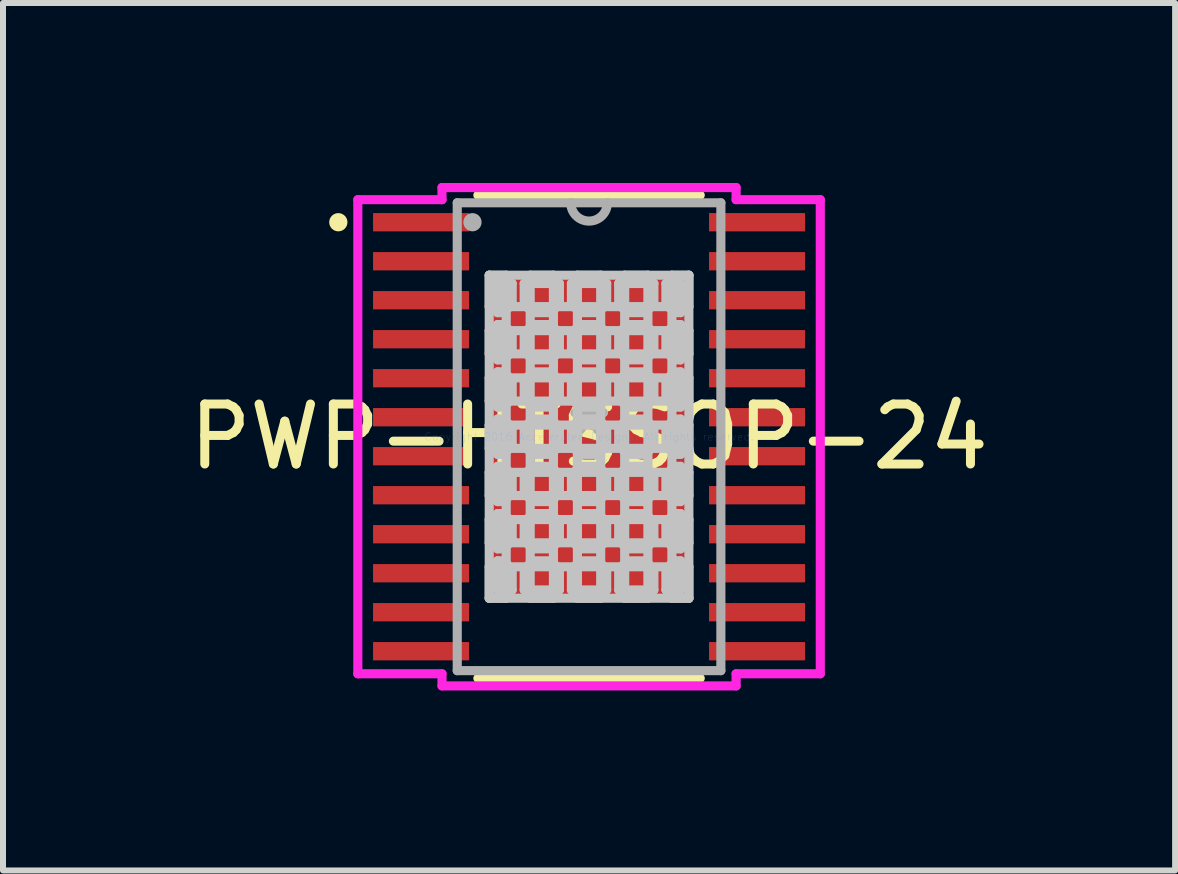
<source format=kicad_pcb>
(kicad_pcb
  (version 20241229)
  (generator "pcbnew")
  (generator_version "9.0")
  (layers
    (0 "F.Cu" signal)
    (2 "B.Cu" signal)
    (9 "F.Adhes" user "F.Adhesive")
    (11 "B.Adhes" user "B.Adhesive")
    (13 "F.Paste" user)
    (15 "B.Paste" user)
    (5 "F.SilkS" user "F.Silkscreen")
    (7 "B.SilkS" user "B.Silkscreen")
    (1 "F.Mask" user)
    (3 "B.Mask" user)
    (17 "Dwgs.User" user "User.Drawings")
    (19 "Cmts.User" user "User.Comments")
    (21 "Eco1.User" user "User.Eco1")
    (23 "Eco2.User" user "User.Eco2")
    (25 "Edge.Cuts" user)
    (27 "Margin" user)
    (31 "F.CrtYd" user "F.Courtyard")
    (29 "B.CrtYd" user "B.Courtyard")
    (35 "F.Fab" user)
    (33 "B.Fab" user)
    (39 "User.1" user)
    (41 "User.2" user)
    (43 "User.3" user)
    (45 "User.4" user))
  (footprint "PWP-HTSSOP-24"
    (layer "F.Cu")
    (at 6.768 4.229)
    (property "Reference" "PWP-HTSSOP-24" (at 0 0 0) (layer "F.SilkS") (effects (font (size 1 1) (thickness 0.15))))
    (attr through_hole)
    (fp_line (start -1.853 4.026) (end 1.853 4.026) (stroke (width 0.152) (type solid)) (layer "F.SilkS"))
    (fp_line (start 1.853 -4.026) (end -1.853 -4.026) (stroke (width 0.152) (type solid)) (layer "F.SilkS"))
    (fp_circle (center -4.179 -3.575) (end -4.103 -3.575) (stroke (width 0.152) (type solid)) (fill no) (layer "F.SilkS"))
    (fp_line (start -1.664 -2.692) (end -1.381 -2.692) (stroke (width 0.152) (type solid)) (layer "Dwgs.User"))
    (fp_line (start -1.664 -2.692) (end 1.664 -2.692) (stroke (width 0.152) (type solid)) (layer "Dwgs.User"))
    (fp_line (start -1.664 -2.168) (end -1.664 -2.692) (stroke (width 0.152) (type solid)) (layer "Dwgs.User"))
    (fp_line (start -1.664 -1.768) (end 1.664 -1.768) (stroke (width 0.152) (type solid)) (layer "Dwgs.User"))
    (fp_line (start -1.664 -1.381) (end -1.664 -1.768) (stroke (width 0.152) (type solid)) (layer "Dwgs.User"))
    (fp_line (start -1.664 -0.981) (end 1.664 -0.981) (stroke (width 0.152) (type solid)) (layer "Dwgs.User"))
    (fp_line (start -1.664 -0.594) (end -1.664 -0.981) (stroke (width 0.152) (type solid)) (layer "Dwgs.User"))
    (fp_line (start -1.664 -0.194) (end 1.664 -0.194) (stroke (width 0.152) (type solid)) (layer "Dwgs.User"))
    (fp_line (start -1.664 0.194) (end -1.664 -0.194) (stroke (width 0.152) (type solid)) (layer "Dwgs.User"))
    (fp_line (start -1.664 0.594) (end 1.664 0.594) (stroke (width 0.152) (type solid)) (layer "Dwgs.User"))
    (fp_line (start -1.664 0.981) (end -1.664 0.594) (stroke (width 0.152) (type solid)) (layer "Dwgs.User"))
    (fp_line (start -1.664 1.381) (end 1.664 1.381) (stroke (width 0.152) (type solid)) (layer "Dwgs.User"))
    (fp_line (start -1.664 1.768) (end -1.664 1.381) (stroke (width 0.152) (type solid)) (layer "Dwgs.User"))
    (fp_line (start -1.664 2.168) (end 1.664 2.168) (stroke (width 0.152) (type solid)) (layer "Dwgs.User"))
    (fp_line (start -1.664 2.692) (end -1.664 -2.692) (stroke (width 0.152) (type solid)) (layer "Dwgs.User"))
    (fp_line (start -1.664 2.692) (end -1.664 2.168) (stroke (width 0.152) (type solid)) (layer "Dwgs.User"))
    (fp_line (start -1.525 -2.554) (end -1.525 -2.068) (stroke (width 0.152) (type solid)) (layer "Dwgs.User"))
    (fp_line (start -1.525 -2.068) (end -1.423 -2.068) (stroke (width 0.152) (type solid)) (layer "Dwgs.User"))
    (fp_line (start -1.525 -1.869) (end -1.525 -1.281) (stroke (width 0.152) (type solid)) (layer "Dwgs.User"))
    (fp_line (start -1.525 -1.281) (end -1.423 -1.281) (stroke (width 0.152) (type solid)) (layer "Dwgs.User"))
    (fp_line (start -1.525 -1.081) (end -1.525 -0.494) (stroke (width 0.152) (type solid)) (layer "Dwgs.User"))
    (fp_line (start -1.525 -0.494) (end -1.423 -0.494) (stroke (width 0.152) (type solid)) (layer "Dwgs.User"))
    (fp_line (start -1.525 -0.294) (end -1.525 0.294) (stroke (width 0.152) (type solid)) (layer "Dwgs.User"))
    (fp_line (start -1.525 0.294) (end -1.423 0.294) (stroke (width 0.152) (type solid)) (layer "Dwgs.User"))
    (fp_line (start -1.525 0.494) (end -1.525 1.081) (stroke (width 0.152) (type solid)) (layer "Dwgs.User"))
    (fp_line (start -1.525 1.081) (end -1.423 1.081) (stroke (width 0.152) (type solid)) (layer "Dwgs.User"))
    (fp_line (start -1.525 1.281) (end -1.525 1.869) (stroke (width 0.152) (type solid)) (layer "Dwgs.User"))
    (fp_line (start -1.525 1.869) (end -1.423 1.869) (stroke (width 0.152) (type solid)) (layer "Dwgs.User"))
    (fp_line (start -1.525 2.068) (end -1.525 2.554) (stroke (width 0.152) (type solid)) (layer "Dwgs.User"))
    (fp_line (start -1.525 2.554) (end -1.281 2.554) (stroke (width 0.152) (type solid)) (layer "Dwgs.User"))
    (fp_line (start -1.423 -2.068) (end -1.423 -2.068) (stroke (width 0.152) (type solid)) (layer "Dwgs.User"))
    (fp_line (start -1.423 -2.068) (end -1.281 -2.21) (stroke (width 0.152) (type solid)) (layer "Dwgs.User"))
    (fp_line (start -1.423 -1.869) (end -1.525 -1.869) (stroke (width 0.152) (type solid)) (layer "Dwgs.User"))
    (fp_line (start -1.423 -1.869) (end -1.423 -1.869) (stroke (width 0.152) (type solid)) (layer "Dwgs.User"))
    (fp_line (start -1.423 -1.281) (end -1.423 -1.281) (stroke (width 0.152) (type solid)) (layer "Dwgs.User"))
    (fp_line (start -1.423 -1.281) (end -1.281 -1.423) (stroke (width 0.152) (type solid)) (layer "Dwgs.User"))
    (fp_line (start -1.423 -1.081) (end -1.525 -1.081) (stroke (width 0.152) (type solid)) (layer "Dwgs.User"))
    (fp_line (start -1.423 -1.081) (end -1.423 -1.081) (stroke (width 0.152) (type solid)) (layer "Dwgs.User"))
    (fp_line (start -1.423 -0.494) (end -1.423 -0.494) (stroke (width 0.152) (type solid)) (layer "Dwgs.User"))
    (fp_line (start -1.423 -0.494) (end -1.281 -0.635) (stroke (width 0.152) (type solid)) (layer "Dwgs.User"))
    (fp_line (start -1.423 -0.294) (end -1.525 -0.294) (stroke (width 0.152) (type solid)) (layer "Dwgs.User"))
    (fp_line (start -1.423 -0.294) (end -1.423 -0.294) (stroke (width 0.152) (type solid)) (layer "Dwgs.User"))
    (fp_line (start -1.423 0.294) (end -1.423 0.294) (stroke (width 0.152) (type solid)) (layer "Dwgs.User"))
    (fp_line (start -1.423 0.294) (end -1.281 0.152) (stroke (width 0.152) (type solid)) (layer "Dwgs.User"))
    (fp_line (start -1.423 0.494) (end -1.525 0.494) (stroke (width 0.152) (type solid)) (layer "Dwgs.User"))
    (fp_line (start -1.423 0.494) (end -1.423 0.494) (stroke (width 0.152) (type solid)) (layer "Dwgs.User"))
    (fp_line (start -1.423 1.081) (end -1.423 1.081) (stroke (width 0.152) (type solid)) (layer "Dwgs.User"))
    (fp_line (start -1.423 1.081) (end -1.281 0.94) (stroke (width 0.152) (type solid)) (layer "Dwgs.User"))
    (fp_line (start -1.423 1.281) (end -1.525 1.281) (stroke (width 0.152) (type solid)) (layer "Dwgs.User"))
    (fp_line (start -1.423 1.281) (end -1.423 1.281) (stroke (width 0.152) (type solid)) (layer "Dwgs.User"))
    (fp_line (start -1.423 1.869) (end -1.423 1.869) (stroke (width 0.152) (type solid)) (layer "Dwgs.User"))
    (fp_line (start -1.423 1.869) (end -1.281 1.727) (stroke (width 0.152) (type solid)) (layer "Dwgs.User"))
    (fp_line (start -1.423 2.068) (end -1.525 2.068) (stroke (width 0.152) (type solid)) (layer "Dwgs.User"))
    (fp_line (start -1.423 2.068) (end -1.423 2.068) (stroke (width 0.152) (type solid)) (layer "Dwgs.User"))
    (fp_line (start -1.381 -2.692) (end -1.381 2.692) (stroke (width 0.152) (type solid)) (layer "Dwgs.User"))
    (fp_line (start -1.381 2.692) (end -1.664 2.692) (stroke (width 0.152) (type solid)) (layer "Dwgs.User"))
    (fp_line (start -1.281 -2.554) (end -1.525 -2.554) (stroke (width 0.152) (type solid)) (layer "Dwgs.User"))
    (fp_line (start -1.281 -2.21) (end -1.281 -2.554) (stroke (width 0.152) (type solid)) (layer "Dwgs.User"))
    (fp_line (start -1.281 -2.21) (end -1.281 -2.21) (stroke (width 0.152) (type solid)) (layer "Dwgs.User"))
    (fp_line (start -1.281 -1.727) (end -1.423 -1.869) (stroke (width 0.152) (type solid)) (layer "Dwgs.User"))
    (fp_line (start -1.281 -1.727) (end -1.281 -1.727) (stroke (width 0.152) (type solid)) (layer "Dwgs.User"))
    (fp_line (start -1.281 -1.423) (end -1.281 -1.727) (stroke (width 0.152) (type solid)) (layer "Dwgs.User"))
    (fp_line (start -1.281 -1.423) (end -1.281 -1.423) (stroke (width 0.152) (type solid)) (layer "Dwgs.User"))
    (fp_line (start -1.281 -0.94) (end -1.423 -1.081) (stroke (width 0.152) (type solid)) (layer "Dwgs.User"))
    (fp_line (start -1.281 -0.94) (end -1.281 -0.94) (stroke (width 0.152) (type solid)) (layer "Dwgs.User"))
    (fp_line (start -1.281 -0.635) (end -1.281 -0.94) (stroke (width 0.152) (type solid)) (layer "Dwgs.User"))
    (fp_line (start -1.281 -0.635) (end -1.281 -0.635) (stroke (width 0.152) (type solid)) (layer "Dwgs.User"))
    (fp_line (start -1.281 -0.152) (end -1.423 -0.294) (stroke (width 0.152) (type solid)) (layer "Dwgs.User"))
    (fp_line (start -1.281 -0.152) (end -1.281 -0.152) (stroke (width 0.152) (type solid)) (layer "Dwgs.User"))
    (fp_line (start -1.281 0.152) (end -1.281 -0.152) (stroke (width 0.152) (type solid)) (layer "Dwgs.User"))
    (fp_line (start -1.281 0.152) (end -1.281 0.152) (stroke (width 0.152) (type solid)) (layer "Dwgs.User"))
    (fp_line (start -1.281 0.635) (end -1.423 0.494) (stroke (width 0.152) (type solid)) (layer "Dwgs.User"))
    (fp_line (start -1.281 0.635) (end -1.281 0.635) (stroke (width 0.152) (type solid)) (layer "Dwgs.User"))
    (fp_line (start -1.281 0.94) (end -1.281 0.635) (stroke (width 0.152) (type solid)) (layer "Dwgs.User"))
    (fp_line (start -1.281 0.94) (end -1.281 0.94) (stroke (width 0.152) (type solid)) (layer "Dwgs.User"))
    (fp_line (start -1.281 1.423) (end -1.423 1.281) (stroke (width 0.152) (type solid)) (layer "Dwgs.User"))
    (fp_line (start -1.281 1.423) (end -1.281 1.423) (stroke (width 0.152) (type solid)) (layer "Dwgs.User"))
    (fp_line (start -1.281 1.727) (end -1.281 1.423) (stroke (width 0.152) (type solid)) (layer "Dwgs.User"))
    (fp_line (start -1.281 1.727) (end -1.281 1.727) (stroke (width 0.152) (type solid)) (layer "Dwgs.User"))
    (fp_line (start -1.281 2.21) (end -1.423 2.068) (stroke (width 0.152) (type solid)) (layer "Dwgs.User"))
    (fp_line (start -1.281 2.21) (end -1.281 2.21) (stroke (width 0.152) (type solid)) (layer "Dwgs.User"))
    (fp_line (start -1.281 2.554) (end -1.281 2.21) (stroke (width 0.152) (type solid)) (layer "Dwgs.User"))
    (fp_line (start -1.081 -2.554) (end -1.081 -2.21) (stroke (width 0.152) (type solid)) (layer "Dwgs.User"))
    (fp_line (start -1.081 -2.21) (end -1.081 -2.21) (stroke (width 0.152) (type solid)) (layer "Dwgs.User"))
    (fp_line (start -1.081 -2.21) (end -0.94 -2.068) (stroke (width 0.152) (type solid)) (layer "Dwgs.User"))
    (fp_line (start -1.081 -1.727) (end -1.081 -1.727) (stroke (width 0.152) (type solid)) (layer "Dwgs.User"))
    (fp_line (start -1.081 -1.727) (end -1.081 -1.423) (stroke (width 0.152) (type solid)) (layer "Dwgs.User"))
    (fp_line (start -1.081 -1.423) (end -1.081 -1.423) (stroke (width 0.152) (type solid)) (layer "Dwgs.User"))
    (fp_line (start -1.081 -1.423) (end -0.94 -1.281) (stroke (width 0.152) (type solid)) (layer "Dwgs.User"))
    (fp_line (start -1.081 -0.94) (end -1.081 -0.94) (stroke (width 0.152) (type solid)) (layer "Dwgs.User"))
    (fp_line (start -1.081 -0.94) (end -1.081 -0.635) (stroke (width 0.152) (type solid)) (layer "Dwgs.User"))
    (fp_line (start -1.081 -0.635) (end -1.081 -0.635) (stroke (width 0.152) (type solid)) (layer "Dwgs.User"))
    (fp_line (start -1.081 -0.635) (end -0.94 -0.494) (stroke (width 0.152) (type solid)) (layer "Dwgs.User"))
    (fp_line (start -1.081 -0.152) (end -1.081 -0.152) (stroke (width 0.152) (type solid)) (layer "Dwgs.User"))
    (fp_line (start -1.081 -0.152) (end -1.081 0.152) (stroke (width 0.152) (type solid)) (layer "Dwgs.User"))
    (fp_line (start -1.081 0.152) (end -1.081 0.152) (stroke (width 0.152) (type solid)) (layer "Dwgs.User"))
    (fp_line (start -1.081 0.152) (end -0.94 0.294) (stroke (width 0.152) (type solid)) (layer "Dwgs.User"))
    (fp_line (start -1.081 0.635) (end -1.081 0.635) (stroke (width 0.152) (type solid)) (layer "Dwgs.User"))
    (fp_line (start -1.081 0.635) (end -1.081 0.94) (stroke (width 0.152) (type solid)) (layer "Dwgs.User"))
    (fp_line (start -1.081 0.94) (end -1.081 0.94) (stroke (width 0.152) (type solid)) (layer "Dwgs.User"))
    (fp_line (start -1.081 0.94) (end -0.94 1.081) (stroke (width 0.152) (type solid)) (layer "Dwgs.User"))
    (fp_line (start -1.081 1.423) (end -1.081 1.423) (stroke (width 0.152) (type solid)) (layer "Dwgs.User"))
    (fp_line (start -1.081 1.423) (end -1.081 1.727) (stroke (width 0.152) (type solid)) (layer "Dwgs.User"))
    (fp_line (start -1.081 1.727) (end -1.081 1.727) (stroke (width 0.152) (type solid)) (layer "Dwgs.User"))
    (fp_line (start -1.081 1.727) (end -0.94 1.869) (stroke (width 0.152) (type solid)) (layer "Dwgs.User"))
    (fp_line (start -1.081 2.21) (end -1.081 2.21) (stroke (width 0.152) (type solid)) (layer "Dwgs.User"))
    (fp_line (start -1.081 2.21) (end -1.081 2.554) (stroke (width 0.152) (type solid)) (layer "Dwgs.User"))
    (fp_line (start -1.081 2.554) (end -0.494 2.554) (stroke (width 0.152) (type solid)) (layer "Dwgs.User"))
    (fp_line (start -0.981 -2.692) (end -0.981 2.692) (stroke (width 0.152) (type solid)) (layer "Dwgs.User"))
    (fp_line (start -0.981 2.692) (end -0.594 2.692) (stroke (width 0.152) (type solid)) (layer "Dwgs.User"))
    (fp_line (start -0.94 -2.068) (end -0.94 -2.068) (stroke (width 0.152) (type solid)) (layer "Dwgs.User"))
    (fp_line (start -0.94 -2.068) (end -0.635 -2.068) (stroke (width 0.152) (type solid)) (layer "Dwgs.User"))
    (fp_line (start -0.94 -1.869) (end -1.081 -1.727) (stroke (width 0.152) (type solid)) (layer "Dwgs.User"))
    (fp_line (start -0.94 -1.869) (end -0.94 -1.869) (stroke (width 0.152) (type solid)) (layer "Dwgs.User"))
    (fp_line (start -0.94 -1.281) (end -0.94 -1.281) (stroke (width 0.152) (type solid)) (layer "Dwgs.User"))
    (fp_line (start -0.94 -1.281) (end -0.635 -1.281) (stroke (width 0.152) (type solid)) (layer "Dwgs.User"))
    (fp_line (start -0.94 -1.081) (end -1.081 -0.94) (stroke (width 0.152) (type solid)) (layer "Dwgs.User"))
    (fp_line (start -0.94 -1.081) (end -0.94 -1.081) (stroke (width 0.152) (type solid)) (layer "Dwgs.User"))
    (fp_line (start -0.94 -0.494) (end -0.94 -0.494) (stroke (width 0.152) (type solid)) (layer "Dwgs.User"))
    (fp_line (start -0.94 -0.494) (end -0.635 -0.494) (stroke (width 0.152) (type solid)) (layer "Dwgs.User"))
    (fp_line (start -0.94 -0.294) (end -1.081 -0.152) (stroke (width 0.152) (type solid)) (layer "Dwgs.User"))
    (fp_line (start -0.94 -0.294) (end -0.94 -0.294) (stroke (width 0.152) (type solid)) (layer "Dwgs.User"))
    (fp_line (start -0.94 0.294) (end -0.94 0.294) (stroke (width 0.152) (type solid)) (layer "Dwgs.User"))
    (fp_line (start -0.94 0.294) (end -0.635 0.294) (stroke (width 0.152) (type solid)) (layer "Dwgs.User"))
    (fp_line (start -0.94 0.494) (end -1.081 0.635) (stroke (width 0.152) (type solid)) (layer "Dwgs.User"))
    (fp_line (start -0.94 0.494) (end -0.94 0.494) (stroke (width 0.152) (type solid)) (layer "Dwgs.User"))
    (fp_line (start -0.94 1.081) (end -0.94 1.081) (stroke (width 0.152) (type solid)) (layer "Dwgs.User"))
    (fp_line (start -0.94 1.081) (end -0.635 1.081) (stroke (width 0.152) (type solid)) (layer "Dwgs.User"))
    (fp_line (start -0.94 1.281) (end -1.081 1.423) (stroke (width 0.152) (type solid)) (layer "Dwgs.User"))
    (fp_line (start -0.94 1.281) (end -0.94 1.281) (stroke (width 0.152) (type solid)) (layer "Dwgs.User"))
    (fp_line (start -0.94 1.869) (end -0.94 1.869) (stroke (width 0.152) (type solid)) (layer "Dwgs.User"))
    (fp_line (start -0.94 1.869) (end -0.635 1.869) (stroke (width 0.152) (type solid)) (layer "Dwgs.User"))
    (fp_line (start -0.94 2.068) (end -1.081 2.21) (stroke (width 0.152) (type solid)) (layer "Dwgs.User"))
    (fp_line (start -0.94 2.068) (end -0.94 2.068) (stroke (width 0.152) (type solid)) (layer "Dwgs.User"))
    (fp_line (start -0.635 -2.068) (end -0.635 -2.068) (stroke (width 0.152) (type solid)) (layer "Dwgs.User"))
    (fp_line (start -0.635 -2.068) (end -0.494 -2.21) (stroke (width 0.152) (type solid)) (layer "Dwgs.User"))
    (fp_line (start -0.635 -1.869) (end -0.94 -1.869) (stroke (width 0.152) (type solid)) (layer "Dwgs.User"))
    (fp_line (start -0.635 -1.869) (end -0.635 -1.869) (stroke (width 0.152) (type solid)) (layer "Dwgs.User"))
    (fp_line (start -0.635 -1.281) (end -0.635 -1.281) (stroke (width 0.152) (type solid)) (layer "Dwgs.User"))
    (fp_line (start -0.635 -1.281) (end -0.494 -1.423) (stroke (width 0.152) (type solid)) (layer "Dwgs.User"))
    (fp_line (start -0.635 -1.081) (end -0.94 -1.081) (stroke (width 0.152) (type solid)) (layer "Dwgs.User"))
    (fp_line (start -0.635 -1.081) (end -0.635 -1.081) (stroke (width 0.152) (type solid)) (layer "Dwgs.User"))
    (fp_line (start -0.635 -0.494) (end -0.635 -0.494) (stroke (width 0.152) (type solid)) (layer "Dwgs.User"))
    (fp_line (start -0.635 -0.494) (end -0.494 -0.635) (stroke (width 0.152) (type solid)) (layer "Dwgs.User"))
    (fp_line (start -0.635 -0.294) (end -0.94 -0.294) (stroke (width 0.152) (type solid)) (layer "Dwgs.User"))
    (fp_line (start -0.635 -0.294) (end -0.635 -0.294) (stroke (width 0.152) (type solid)) (layer "Dwgs.User"))
    (fp_line (start -0.635 0.294) (end -0.635 0.294) (stroke (width 0.152) (type solid)) (layer "Dwgs.User"))
    (fp_line (start -0.635 0.294) (end -0.494 0.152) (stroke (width 0.152) (type solid)) (layer "Dwgs.User"))
    (fp_line (start -0.635 0.494) (end -0.94 0.494) (stroke (width 0.152) (type solid)) (layer "Dwgs.User"))
    (fp_line (start -0.635 0.494) (end -0.635 0.494) (stroke (width 0.152) (type solid)) (layer "Dwgs.User"))
    (fp_line (start -0.635 1.081) (end -0.635 1.081) (stroke (width 0.152) (type solid)) (layer "Dwgs.User"))
    (fp_line (start -0.635 1.081) (end -0.494 0.94) (stroke (width 0.152) (type solid)) (layer "Dwgs.User"))
    (fp_line (start -0.635 1.281) (end -0.94 1.281) (stroke (width 0.152) (type solid)) (layer "Dwgs.User"))
    (fp_line (start -0.635 1.281) (end -0.635 1.281) (stroke (width 0.152) (type solid)) (layer "Dwgs.User"))
    (fp_line (start -0.635 1.869) (end -0.635 1.869) (stroke (width 0.152) (type solid)) (layer "Dwgs.User"))
    (fp_line (start -0.635 1.869) (end -0.494 1.727) (stroke (width 0.152) (type solid)) (layer "Dwgs.User"))
    (fp_line (start -0.635 2.068) (end -0.94 2.068) (stroke (width 0.152) (type solid)) (layer "Dwgs.User"))
    (fp_line (start -0.635 2.068) (end -0.635 2.068) (stroke (width 0.152) (type solid)) (layer "Dwgs.User"))
    (fp_line (start -0.594 -2.692) (end -0.981 -2.692) (stroke (width 0.152) (type solid)) (layer "Dwgs.User"))
    (fp_line (start -0.594 2.692) (end -0.594 -2.692) (stroke (width 0.152) (type solid)) (layer "Dwgs.User"))
    (fp_line (start -0.494 -2.554) (end -1.081 -2.554) (stroke (width 0.152) (type solid)) (layer "Dwgs.User"))
    (fp_line (start -0.494 -2.21) (end -0.494 -2.554) (stroke (width 0.152) (type solid)) (layer "Dwgs.User"))
    (fp_line (start -0.494 -2.21) (end -0.494 -2.21) (stroke (width 0.152) (type solid)) (layer "Dwgs.User"))
    (fp_line (start -0.494 -1.727) (end -0.635 -1.869) (stroke (width 0.152) (type solid)) (layer "Dwgs.User"))
    (fp_line (start -0.494 -1.727) (end -0.494 -1.727) (stroke (width 0.152) (type solid)) (layer "Dwgs.User"))
    (fp_line (start -0.494 -1.423) (end -0.494 -1.727) (stroke (width 0.152) (type solid)) (layer "Dwgs.User"))
    (fp_line (start -0.494 -1.423) (end -0.494 -1.423) (stroke (width 0.152) (type solid)) (layer "Dwgs.User"))
    (fp_line (start -0.494 -0.94) (end -0.635 -1.081) (stroke (width 0.152) (type solid)) (layer "Dwgs.User"))
    (fp_line (start -0.494 -0.94) (end -0.494 -0.94) (stroke (width 0.152) (type solid)) (layer "Dwgs.User"))
    (fp_line (start -0.494 -0.635) (end -0.494 -0.94) (stroke (width 0.152) (type solid)) (layer "Dwgs.User"))
    (fp_line (start -0.494 -0.635) (end -0.494 -0.635) (stroke (width 0.152) (type solid)) (layer "Dwgs.User"))
    (fp_line (start -0.494 -0.152) (end -0.635 -0.294) (stroke (width 0.152) (type solid)) (layer "Dwgs.User"))
    (fp_line (start -0.494 -0.152) (end -0.494 -0.152) (stroke (width 0.152) (type solid)) (layer "Dwgs.User"))
    (fp_line (start -0.494 0.152) (end -0.494 -0.152) (stroke (width 0.152) (type solid)) (layer "Dwgs.User"))
    (fp_line (start -0.494 0.152) (end -0.494 0.152) (stroke (width 0.152) (type solid)) (layer "Dwgs.User"))
    (fp_line (start -0.494 0.635) (end -0.635 0.494) (stroke (width 0.152) (type solid)) (layer "Dwgs.User"))
    (fp_line (start -0.494 0.635) (end -0.494 0.635) (stroke (width 0.152) (type solid)) (layer "Dwgs.User"))
    (fp_line (start -0.494 0.94) (end -0.494 0.635) (stroke (width 0.152) (type solid)) (layer "Dwgs.User"))
    (fp_line (start -0.494 0.94) (end -0.494 0.94) (stroke (width 0.152) (type solid)) (layer "Dwgs.User"))
    (fp_line (start -0.494 1.423) (end -0.635 1.281) (stroke (width 0.152) (type solid)) (layer "Dwgs.User"))
    (fp_line (start -0.494 1.423) (end -0.494 1.423) (stroke (width 0.152) (type solid)) (layer "Dwgs.User"))
    (fp_line (start -0.494 1.727) (end -0.494 1.423) (stroke (width 0.152) (type solid)) (layer "Dwgs.User"))
    (fp_line (start -0.494 1.727) (end -0.494 1.727) (stroke (width 0.152) (type solid)) (layer "Dwgs.User"))
    (fp_line (start -0.494 2.21) (end -0.635 2.068) (stroke (width 0.152) (type solid)) (layer "Dwgs.User"))
    (fp_line (start -0.494 2.21) (end -0.494 2.21) (stroke (width 0.152) (type solid)) (layer "Dwgs.User"))
    (fp_line (start -0.494 2.554) (end -0.494 2.21) (stroke (width 0.152) (type solid)) (layer "Dwgs.User"))
    (fp_line (start -0.294 -2.554) (end -0.294 -2.21) (stroke (width 0.152) (type solid)) (layer "Dwgs.User"))
    (fp_line (start -0.294 -2.21) (end -0.294 -2.21) (stroke (width 0.152) (type solid)) (layer "Dwgs.User"))
    (fp_line (start -0.294 -2.21) (end -0.152 -2.068) (stroke (width 0.152) (type solid)) (layer "Dwgs.User"))
    (fp_line (start -0.294 -1.727) (end -0.294 -1.727) (stroke (width 0.152) (type solid)) (layer "Dwgs.User"))
    (fp_line (start -0.294 -1.727) (end -0.294 -1.423) (stroke (width 0.152) (type solid)) (layer "Dwgs.User"))
    (fp_line (start -0.294 -1.423) (end -0.294 -1.423) (stroke (width 0.152) (type solid)) (layer "Dwgs.User"))
    (fp_line (start -0.294 -1.423) (end -0.152 -1.281) (stroke (width 0.152) (type solid)) (layer "Dwgs.User"))
    (fp_line (start -0.294 -0.94) (end -0.294 -0.94) (stroke (width 0.152) (type solid)) (layer "Dwgs.User"))
    (fp_line (start -0.294 -0.94) (end -0.294 -0.635) (stroke (width 0.152) (type solid)) (layer "Dwgs.User"))
    (fp_line (start -0.294 -0.635) (end -0.294 -0.635) (stroke (width 0.152) (type solid)) (layer "Dwgs.User"))
    (fp_line (start -0.294 -0.635) (end -0.152 -0.494) (stroke (width 0.152) (type solid)) (layer "Dwgs.User"))
    (fp_line (start -0.294 -0.152) (end -0.294 -0.152) (stroke (width 0.152) (type solid)) (layer "Dwgs.User"))
    (fp_line (start -0.294 -0.152) (end -0.294 0.152) (stroke (width 0.152) (type solid)) (layer "Dwgs.User"))
    (fp_line (start -0.294 0.152) (end -0.294 0.152) (stroke (width 0.152) (type solid)) (layer "Dwgs.User"))
    (fp_line (start -0.294 0.152) (end -0.152 0.294) (stroke (width 0.152) (type solid)) (layer "Dwgs.User"))
    (fp_line (start -0.294 0.635) (end -0.294 0.635) (stroke (width 0.152) (type solid)) (layer "Dwgs.User"))
    (fp_line (start -0.294 0.635) (end -0.294 0.94) (stroke (width 0.152) (type solid)) (layer "Dwgs.User"))
    (fp_line (start -0.294 0.94) (end -0.294 0.94) (stroke (width 0.152) (type solid)) (layer "Dwgs.User"))
    (fp_line (start -0.294 0.94) (end -0.152 1.081) (stroke (width 0.152) (type solid)) (layer "Dwgs.User"))
    (fp_line (start -0.294 1.423) (end -0.294 1.423) (stroke (width 0.152) (type solid)) (layer "Dwgs.User"))
    (fp_line (start -0.294 1.423) (end -0.294 1.727) (stroke (width 0.152) (type solid)) (layer "Dwgs.User"))
    (fp_line (start -0.294 1.727) (end -0.294 1.727) (stroke (width 0.152) (type solid)) (layer "Dwgs.User"))
    (fp_line (start -0.294 1.727) (end -0.152 1.869) (stroke (width 0.152) (type solid)) (layer "Dwgs.User"))
    (fp_line (start -0.294 2.21) (end -0.294 2.21) (stroke (width 0.152) (type solid)) (layer "Dwgs.User"))
    (fp_line (start -0.294 2.21) (end -0.294 2.554) (stroke (width 0.152) (type solid)) (layer "Dwgs.User"))
    (fp_line (start -0.294 2.554) (end 0.294 2.554) (stroke (width 0.152) (type solid)) (layer "Dwgs.User"))
    (fp_line (start -0.194 -2.692) (end -0.194 2.692) (stroke (width 0.152) (type solid)) (layer "Dwgs.User"))
    (fp_line (start -0.194 2.692) (end 0.194 2.692) (stroke (width 0.152) (type solid)) (layer "Dwgs.User"))
    (fp_line (start -0.152 -2.068) (end -0.152 -2.068) (stroke (width 0.152) (type solid)) (layer "Dwgs.User"))
    (fp_line (start -0.152 -2.068) (end 0.152 -2.068) (stroke (width 0.152) (type solid)) (layer "Dwgs.User"))
    (fp_line (start -0.152 -1.869) (end -0.294 -1.727) (stroke (width 0.152) (type solid)) (layer "Dwgs.User"))
    (fp_line (start -0.152 -1.869) (end -0.152 -1.869) (stroke (width 0.152) (type solid)) (layer "Dwgs.User"))
    (fp_line (start -0.152 -1.281) (end -0.152 -1.281) (stroke (width 0.152) (type solid)) (layer "Dwgs.User"))
    (fp_line (start -0.152 -1.281) (end 0.152 -1.281) (stroke (width 0.152) (type solid)) (layer "Dwgs.User"))
    (fp_line (start -0.152 -1.081) (end -0.294 -0.94) (stroke (width 0.152) (type solid)) (layer "Dwgs.User"))
    (fp_line (start -0.152 -1.081) (end -0.152 -1.081) (stroke (width 0.152) (type solid)) (layer "Dwgs.User"))
    (fp_line (start -0.152 -0.494) (end -0.152 -0.494) (stroke (width 0.152) (type solid)) (layer "Dwgs.User"))
    (fp_line (start -0.152 -0.494) (end 0.152 -0.494) (stroke (width 0.152) (type solid)) (layer "Dwgs.User"))
    (fp_line (start -0.152 -0.294) (end -0.294 -0.152) (stroke (width 0.152) (type solid)) (layer "Dwgs.User"))
    (fp_line (start -0.152 -0.294) (end -0.152 -0.294) (stroke (width 0.152) (type solid)) (layer "Dwgs.User"))
    (fp_line (start -0.152 0.294) (end -0.152 0.294) (stroke (width 0.152) (type solid)) (layer "Dwgs.User"))
    (fp_line (start -0.152 0.294) (end 0.152 0.294) (stroke (width 0.152) (type solid)) (layer "Dwgs.User"))
    (fp_line (start -0.152 0.494) (end -0.294 0.635) (stroke (width 0.152) (type solid)) (layer "Dwgs.User"))
    (fp_line (start -0.152 0.494) (end -0.152 0.494) (stroke (width 0.152) (type solid)) (layer "Dwgs.User"))
    (fp_line (start -0.152 1.081) (end -0.152 1.081) (stroke (width 0.152) (type solid)) (layer "Dwgs.User"))
    (fp_line (start -0.152 1.081) (end 0.152 1.081) (stroke (width 0.152) (type solid)) (layer "Dwgs.User"))
    (fp_line (start -0.152 1.281) (end -0.294 1.423) (stroke (width 0.152) (type solid)) (layer "Dwgs.User"))
    (fp_line (start -0.152 1.281) (end -0.152 1.281) (stroke (width 0.152) (type solid)) (layer "Dwgs.User"))
    (fp_line (start -0.152 1.869) (end -0.152 1.869) (stroke (width 0.152) (type solid)) (layer "Dwgs.User"))
    (fp_line (start -0.152 1.869) (end 0.152 1.869) (stroke (width 0.152) (type solid)) (layer "Dwgs.User"))
    (fp_line (start -0.152 2.068) (end -0.294 2.21) (stroke (width 0.152) (type solid)) (layer "Dwgs.User"))
    (fp_line (start -0.152 2.068) (end -0.152 2.068) (stroke (width 0.152) (type solid)) (layer "Dwgs.User"))
    (fp_line (start 0.152 -2.068) (end 0.152 -2.068) (stroke (width 0.152) (type solid)) (layer "Dwgs.User"))
    (fp_line (start 0.152 -2.068) (end 0.294 -2.21) (stroke (width 0.152) (type solid)) (layer "Dwgs.User"))
    (fp_line (start 0.152 -1.869) (end -0.152 -1.869) (stroke (width 0.152) (type solid)) (layer "Dwgs.User"))
    (fp_line (start 0.152 -1.869) (end 0.152 -1.869) (stroke (width 0.152) (type solid)) (layer "Dwgs.User"))
    (fp_line (start 0.152 -1.281) (end 0.152 -1.281) (stroke (width 0.152) (type solid)) (layer "Dwgs.User"))
    (fp_line (start 0.152 -1.281) (end 0.294 -1.423) (stroke (width 0.152) (type solid)) (layer "Dwgs.User"))
    (fp_line (start 0.152 -1.081) (end -0.152 -1.081) (stroke (width 0.152) (type solid)) (layer "Dwgs.User"))
    (fp_line (start 0.152 -1.081) (end 0.152 -1.081) (stroke (width 0.152) (type solid)) (layer "Dwgs.User"))
    (fp_line (start 0.152 -0.494) (end 0.152 -0.494) (stroke (width 0.152) (type solid)) (layer "Dwgs.User"))
    (fp_line (start 0.152 -0.494) (end 0.294 -0.635) (stroke (width 0.152) (type solid)) (layer "Dwgs.User"))
    (fp_line (start 0.152 -0.294) (end -0.152 -0.294) (stroke (width 0.152) (type solid)) (layer "Dwgs.User"))
    (fp_line (start 0.152 -0.294) (end 0.152 -0.294) (stroke (width 0.152) (type solid)) (layer "Dwgs.User"))
    (fp_line (start 0.152 0.294) (end 0.152 0.294) (stroke (width 0.152) (type solid)) (layer "Dwgs.User"))
    (fp_line (start 0.152 0.294) (end 0.294 0.152) (stroke (width 0.152) (type solid)) (layer "Dwgs.User"))
    (fp_line (start 0.152 0.494) (end -0.152 0.494) (stroke (width 0.152) (type solid)) (layer "Dwgs.User"))
    (fp_line (start 0.152 0.494) (end 0.152 0.494) (stroke (width 0.152) (type solid)) (layer "Dwgs.User"))
    (fp_line (start 0.152 1.081) (end 0.152 1.081) (stroke (width 0.152) (type solid)) (layer "Dwgs.User"))
    (fp_line (start 0.152 1.081) (end 0.294 0.94) (stroke (width 0.152) (type solid)) (layer "Dwgs.User"))
    (fp_line (start 0.152 1.281) (end -0.152 1.281) (stroke (width 0.152) (type solid)) (layer "Dwgs.User"))
    (fp_line (start 0.152 1.281) (end 0.152 1.281) (stroke (width 0.152) (type solid)) (layer "Dwgs.User"))
    (fp_line (start 0.152 1.869) (end 0.152 1.869) (stroke (width 0.152) (type solid)) (layer "Dwgs.User"))
    (fp_line (start 0.152 1.869) (end 0.294 1.727) (stroke (width 0.152) (type solid)) (layer "Dwgs.User"))
    (fp_line (start 0.152 2.068) (end -0.152 2.068) (stroke (width 0.152) (type solid)) (layer "Dwgs.User"))
    (fp_line (start 0.152 2.068) (end 0.152 2.068) (stroke (width 0.152) (type solid)) (layer "Dwgs.User"))
    (fp_line (start 0.194 -2.692) (end -0.194 -2.692) (stroke (width 0.152) (type solid)) (layer "Dwgs.User"))
    (fp_line (start 0.194 2.692) (end 0.194 -2.692) (stroke (width 0.152) (type solid)) (layer "Dwgs.User"))
    (fp_line (start 0.294 -2.554) (end -0.294 -2.554) (stroke (width 0.152) (type solid)) (layer "Dwgs.User"))
    (fp_line (start 0.294 -2.21) (end 0.294 -2.554) (stroke (width 0.152) (type solid)) (layer "Dwgs.User"))
    (fp_line (start 0.294 -2.21) (end 0.294 -2.21) (stroke (width 0.152) (type solid)) (layer "Dwgs.User"))
    (fp_line (start 0.294 -1.727) (end 0.152 -1.869) (stroke (width 0.152) (type solid)) (layer "Dwgs.User"))
    (fp_line (start 0.294 -1.727) (end 0.294 -1.727) (stroke (width 0.152) (type solid)) (layer "Dwgs.User"))
    (fp_line (start 0.294 -1.423) (end 0.294 -1.727) (stroke (width 0.152) (type solid)) (layer "Dwgs.User"))
    (fp_line (start 0.294 -1.423) (end 0.294 -1.423) (stroke (width 0.152) (type solid)) (layer "Dwgs.User"))
    (fp_line (start 0.294 -0.94) (end 0.152 -1.081) (stroke (width 0.152) (type solid)) (layer "Dwgs.User"))
    (fp_line (start 0.294 -0.94) (end 0.294 -0.94) (stroke (width 0.152) (type solid)) (layer "Dwgs.User"))
    (fp_line (start 0.294 -0.635) (end 0.294 -0.94) (stroke (width 0.152) (type solid)) (layer "Dwgs.User"))
    (fp_line (start 0.294 -0.635) (end 0.294 -0.635) (stroke (width 0.152) (type solid)) (layer "Dwgs.User"))
    (fp_line (start 0.294 -0.152) (end 0.152 -0.294) (stroke (width 0.152) (type solid)) (layer "Dwgs.User"))
    (fp_line (start 0.294 -0.152) (end 0.294 -0.152) (stroke (width 0.152) (type solid)) (layer "Dwgs.User"))
    (fp_line (start 0.294 0.152) (end 0.294 -0.152) (stroke (width 0.152) (type solid)) (layer "Dwgs.User"))
    (fp_line (start 0.294 0.152) (end 0.294 0.152) (stroke (width 0.152) (type solid)) (layer "Dwgs.User"))
    (fp_line (start 0.294 0.635) (end 0.152 0.494) (stroke (width 0.152) (type solid)) (layer "Dwgs.User"))
    (fp_line (start 0.294 0.635) (end 0.294 0.635) (stroke (width 0.152) (type solid)) (layer "Dwgs.User"))
    (fp_line (start 0.294 0.94) (end 0.294 0.635) (stroke (width 0.152) (type solid)) (layer "Dwgs.User"))
    (fp_line (start 0.294 0.94) (end 0.294 0.94) (stroke (width 0.152) (type solid)) (layer "Dwgs.User"))
    (fp_line (start 0.294 1.423) (end 0.152 1.281) (stroke (width 0.152) (type solid)) (layer "Dwgs.User"))
    (fp_line (start 0.294 1.423) (end 0.294 1.423) (stroke (width 0.152) (type solid)) (layer "Dwgs.User"))
    (fp_line (start 0.294 1.727) (end 0.294 1.423) (stroke (width 0.152) (type solid)) (layer "Dwgs.User"))
    (fp_line (start 0.294 1.727) (end 0.294 1.727) (stroke (width 0.152) (type solid)) (layer "Dwgs.User"))
    (fp_line (start 0.294 2.21) (end 0.152 2.068) (stroke (width 0.152) (type solid)) (layer "Dwgs.User"))
    (fp_line (start 0.294 2.21) (end 0.294 2.21) (stroke (width 0.152) (type solid)) (layer "Dwgs.User"))
    (fp_line (start 0.294 2.554) (end 0.294 2.21) (stroke (width 0.152) (type solid)) (layer "Dwgs.User"))
    (fp_line (start 0.494 -2.554) (end 0.494 -2.21) (stroke (width 0.152) (type solid)) (layer "Dwgs.User"))
    (fp_line (start 0.494 -2.21) (end 0.494 -2.21) (stroke (width 0.152) (type solid)) (layer "Dwgs.User"))
    (fp_line (start 0.494 -2.21) (end 0.635 -2.068) (stroke (width 0.152) (type solid)) (layer "Dwgs.User"))
    (fp_line (start 0.494 -1.727) (end 0.494 -1.727) (stroke (width 0.152) (type solid)) (layer "Dwgs.User"))
    (fp_line (start 0.494 -1.727) (end 0.494 -1.423) (stroke (width 0.152) (type solid)) (layer "Dwgs.User"))
    (fp_line (start 0.494 -1.423) (end 0.494 -1.423) (stroke (width 0.152) (type solid)) (layer "Dwgs.User"))
    (fp_line (start 0.494 -1.423) (end 0.635 -1.281) (stroke (width 0.152) (type solid)) (layer "Dwgs.User"))
    (fp_line (start 0.494 -0.94) (end 0.494 -0.94) (stroke (width 0.152) (type solid)) (layer "Dwgs.User"))
    (fp_line (start 0.494 -0.94) (end 0.494 -0.635) (stroke (width 0.152) (type solid)) (layer "Dwgs.User"))
    (fp_line (start 0.494 -0.635) (end 0.494 -0.635) (stroke (width 0.152) (type solid)) (layer "Dwgs.User"))
    (fp_line (start 0.494 -0.635) (end 0.635 -0.494) (stroke (width 0.152) (type solid)) (layer "Dwgs.User"))
    (fp_line (start 0.494 -0.152) (end 0.494 -0.152) (stroke (width 0.152) (type solid)) (layer "Dwgs.User"))
    (fp_line (start 0.494 -0.152) (end 0.494 0.152) (stroke (width 0.152) (type solid)) (layer "Dwgs.User"))
    (fp_line (start 0.494 0.152) (end 0.494 0.152) (stroke (width 0.152) (type solid)) (layer "Dwgs.User"))
    (fp_line (start 0.494 0.152) (end 0.635 0.294) (stroke (width 0.152) (type solid)) (layer "Dwgs.User"))
    (fp_line (start 0.494 0.635) (end 0.494 0.635) (stroke (width 0.152) (type solid)) (layer "Dwgs.User"))
    (fp_line (start 0.494 0.635) (end 0.494 0.94) (stroke (width 0.152) (type solid)) (layer "Dwgs.User"))
    (fp_line (start 0.494 0.94) (end 0.494 0.94) (stroke (width 0.152) (type solid)) (layer "Dwgs.User"))
    (fp_line (start 0.494 0.94) (end 0.635 1.081) (stroke (width 0.152) (type solid)) (layer "Dwgs.User"))
    (fp_line (start 0.494 1.423) (end 0.494 1.423) (stroke (width 0.152) (type solid)) (layer "Dwgs.User"))
    (fp_line (start 0.494 1.423) (end 0.494 1.727) (stroke (width 0.152) (type solid)) (layer "Dwgs.User"))
    (fp_line (start 0.494 1.727) (end 0.494 1.727) (stroke (width 0.152) (type solid)) (layer "Dwgs.User"))
    (fp_line (start 0.494 1.727) (end 0.635 1.869) (stroke (width 0.152) (type solid)) (layer "Dwgs.User"))
    (fp_line (start 0.494 2.21) (end 0.494 2.21) (stroke (width 0.152) (type solid)) (layer "Dwgs.User"))
    (fp_line (start 0.494 2.21) (end 0.494 2.554) (stroke (width 0.152) (type solid)) (layer "Dwgs.User"))
    (fp_line (start 0.494 2.554) (end 1.081 2.554) (stroke (width 0.152) (type solid)) (layer "Dwgs.User"))
    (fp_line (start 0.594 -2.692) (end 0.594 2.692) (stroke (width 0.152) (type solid)) (layer "Dwgs.User"))
    (fp_line (start 0.594 2.692) (end 0.981 2.692) (stroke (width 0.152) (type solid)) (layer "Dwgs.User"))
    (fp_line (start 0.635 -2.068) (end 0.635 -2.068) (stroke (width 0.152) (type solid)) (layer "Dwgs.User"))
    (fp_line (start 0.635 -2.068) (end 0.94 -2.068) (stroke (width 0.152) (type solid)) (layer "Dwgs.User"))
    (fp_line (start 0.635 -1.869) (end 0.494 -1.727) (stroke (width 0.152) (type solid)) (layer "Dwgs.User"))
    (fp_line (start 0.635 -1.869) (end 0.635 -1.869) (stroke (width 0.152) (type solid)) (layer "Dwgs.User"))
    (fp_line (start 0.635 -1.281) (end 0.635 -1.281) (stroke (width 0.152) (type solid)) (layer "Dwgs.User"))
    (fp_line (start 0.635 -1.281) (end 0.94 -1.281) (stroke (width 0.152) (type solid)) (layer "Dwgs.User"))
    (fp_line (start 0.635 -1.081) (end 0.494 -0.94) (stroke (width 0.152) (type solid)) (layer "Dwgs.User"))
    (fp_line (start 0.635 -1.081) (end 0.635 -1.081) (stroke (width 0.152) (type solid)) (layer "Dwgs.User"))
    (fp_line (start 0.635 -0.494) (end 0.635 -0.494) (stroke (width 0.152) (type solid)) (layer "Dwgs.User"))
    (fp_line (start 0.635 -0.494) (end 0.94 -0.494) (stroke (width 0.152) (type solid)) (layer "Dwgs.User"))
    (fp_line (start 0.635 -0.294) (end 0.494 -0.152) (stroke (width 0.152) (type solid)) (layer "Dwgs.User"))
    (fp_line (start 0.635 -0.294) (end 0.635 -0.294) (stroke (width 0.152) (type solid)) (layer "Dwgs.User"))
    (fp_line (start 0.635 0.294) (end 0.635 0.294) (stroke (width 0.152) (type solid)) (layer "Dwgs.User"))
    (fp_line (start 0.635 0.294) (end 0.94 0.294) (stroke (width 0.152) (type solid)) (layer "Dwgs.User"))
    (fp_line (start 0.635 0.494) (end 0.494 0.635) (stroke (width 0.152) (type solid)) (layer "Dwgs.User"))
    (fp_line (start 0.635 0.494) (end 0.635 0.494) (stroke (width 0.152) (type solid)) (layer "Dwgs.User"))
    (fp_line (start 0.635 1.081) (end 0.635 1.081) (stroke (width 0.152) (type solid)) (layer "Dwgs.User"))
    (fp_line (start 0.635 1.081) (end 0.94 1.081) (stroke (width 0.152) (type solid)) (layer "Dwgs.User"))
    (fp_line (start 0.635 1.281) (end 0.494 1.423) (stroke (width 0.152) (type solid)) (layer "Dwgs.User"))
    (fp_line (start 0.635 1.281) (end 0.635 1.281) (stroke (width 0.152) (type solid)) (layer "Dwgs.User"))
    (fp_line (start 0.635 1.869) (end 0.635 1.869) (stroke (width 0.152) (type solid)) (layer "Dwgs.User"))
    (fp_line (start 0.635 1.869) (end 0.94 1.869) (stroke (width 0.152) (type solid)) (layer "Dwgs.User"))
    (fp_line (start 0.635 2.068) (end 0.494 2.21) (stroke (width 0.152) (type solid)) (layer "Dwgs.User"))
    (fp_line (start 0.635 2.068) (end 0.635 2.068) (stroke (width 0.152) (type solid)) (layer "Dwgs.User"))
    (fp_line (start 0.94 -2.068) (end 0.94 -2.068) (stroke (width 0.152) (type solid)) (layer "Dwgs.User"))
    (fp_line (start 0.94 -2.068) (end 1.081 -2.21) (stroke (width 0.152) (type solid)) (layer "Dwgs.User"))
    (fp_line (start 0.94 -1.869) (end 0.635 -1.869) (stroke (width 0.152) (type solid)) (layer "Dwgs.User"))
    (fp_line (start 0.94 -1.869) (end 0.94 -1.869) (stroke (width 0.152) (type solid)) (layer "Dwgs.User"))
    (fp_line (start 0.94 -1.281) (end 0.94 -1.281) (stroke (width 0.152) (type solid)) (layer "Dwgs.User"))
    (fp_line (start 0.94 -1.281) (end 1.081 -1.423) (stroke (width 0.152) (type solid)) (layer "Dwgs.User"))
    (fp_line (start 0.94 -1.081) (end 0.635 -1.081) (stroke (width 0.152) (type solid)) (layer "Dwgs.User"))
    (fp_line (start 0.94 -1.081) (end 0.94 -1.081) (stroke (width 0.152) (type solid)) (layer "Dwgs.User"))
    (fp_line (start 0.94 -0.494) (end 0.94 -0.494) (stroke (width 0.152) (type solid)) (layer "Dwgs.User"))
    (fp_line (start 0.94 -0.494) (end 1.081 -0.635) (stroke (width 0.152) (type solid)) (layer "Dwgs.User"))
    (fp_line (start 0.94 -0.294) (end 0.635 -0.294) (stroke (width 0.152) (type solid)) (layer "Dwgs.User"))
    (fp_line (start 0.94 -0.294) (end 0.94 -0.294) (stroke (width 0.152) (type solid)) (layer "Dwgs.User"))
    (fp_line (start 0.94 0.294) (end 0.94 0.294) (stroke (width 0.152) (type solid)) (layer "Dwgs.User"))
    (fp_line (start 0.94 0.294) (end 1.081 0.152) (stroke (width 0.152) (type solid)) (layer "Dwgs.User"))
    (fp_line (start 0.94 0.494) (end 0.635 0.494) (stroke (width 0.152) (type solid)) (layer "Dwgs.User"))
    (fp_line (start 0.94 0.494) (end 0.94 0.494) (stroke (width 0.152) (type solid)) (layer "Dwgs.User"))
    (fp_line (start 0.94 1.081) (end 0.94 1.081) (stroke (width 0.152) (type solid)) (layer "Dwgs.User"))
    (fp_line (start 0.94 1.081) (end 1.081 0.94) (stroke (width 0.152) (type solid)) (layer "Dwgs.User"))
    (fp_line (start 0.94 1.281) (end 0.635 1.281) (stroke (width 0.152) (type solid)) (layer "Dwgs.User"))
    (fp_line (start 0.94 1.281) (end 0.94 1.281) (stroke (width 0.152) (type solid)) (layer "Dwgs.User"))
    (fp_line (start 0.94 1.869) (end 0.94 1.869) (stroke (width 0.152) (type solid)) (layer "Dwgs.User"))
    (fp_line (start 0.94 1.869) (end 1.081 1.727) (stroke (width 0.152) (type solid)) (layer "Dwgs.User"))
    (fp_line (start 0.94 2.068) (end 0.635 2.068) (stroke (width 0.152) (type solid)) (layer "Dwgs.User"))
    (fp_line (start 0.94 2.068) (end 0.94 2.068) (stroke (width 0.152) (type solid)) (layer "Dwgs.User"))
    (fp_line (start 0.981 -2.692) (end 0.594 -2.692) (stroke (width 0.152) (type solid)) (layer "Dwgs.User"))
    (fp_line (start 0.981 2.692) (end 0.981 -2.692) (stroke (width 0.152) (type solid)) (layer "Dwgs.User"))
    (fp_line (start 1.081 -2.554) (end 0.494 -2.554) (stroke (width 0.152) (type solid)) (layer "Dwgs.User"))
    (fp_line (start 1.081 -2.21) (end 1.081 -2.554) (stroke (width 0.152) (type solid)) (layer "Dwgs.User"))
    (fp_line (start 1.081 -2.21) (end 1.081 -2.21) (stroke (width 0.152) (type solid)) (layer "Dwgs.User"))
    (fp_line (start 1.081 -1.727) (end 0.94 -1.869) (stroke (width 0.152) (type solid)) (layer "Dwgs.User"))
    (fp_line (start 1.081 -1.727) (end 1.081 -1.727) (stroke (width 0.152) (type solid)) (layer "Dwgs.User"))
    (fp_line (start 1.081 -1.423) (end 1.081 -1.727) (stroke (width 0.152) (type solid)) (layer "Dwgs.User"))
    (fp_line (start 1.081 -1.423) (end 1.081 -1.423) (stroke (width 0.152) (type solid)) (layer "Dwgs.User"))
    (fp_line (start 1.081 -0.94) (end 0.94 -1.081) (stroke (width 0.152) (type solid)) (layer "Dwgs.User"))
    (fp_line (start 1.081 -0.94) (end 1.081 -0.94) (stroke (width 0.152) (type solid)) (layer "Dwgs.User"))
    (fp_line (start 1.081 -0.635) (end 1.081 -0.94) (stroke (width 0.152) (type solid)) (layer "Dwgs.User"))
    (fp_line (start 1.081 -0.635) (end 1.081 -0.635) (stroke (width 0.152) (type solid)) (layer "Dwgs.User"))
    (fp_line (start 1.081 -0.152) (end 0.94 -0.294) (stroke (width 0.152) (type solid)) (layer "Dwgs.User"))
    (fp_line (start 1.081 -0.152) (end 1.081 -0.152) (stroke (width 0.152) (type solid)) (layer "Dwgs.User"))
    (fp_line (start 1.081 0.152) (end 1.081 -0.152) (stroke (width 0.152) (type solid)) (layer "Dwgs.User"))
    (fp_line (start 1.081 0.152) (end 1.081 0.152) (stroke (width 0.152) (type solid)) (layer "Dwgs.User"))
    (fp_line (start 1.081 0.635) (end 0.94 0.494) (stroke (width 0.152) (type solid)) (layer "Dwgs.User"))
    (fp_line (start 1.081 0.635) (end 1.081 0.635) (stroke (width 0.152) (type solid)) (layer "Dwgs.User"))
    (fp_line (start 1.081 0.94) (end 1.081 0.635) (stroke (width 0.152) (type solid)) (layer "Dwgs.User"))
    (fp_line (start 1.081 0.94) (end 1.081 0.94) (stroke (width 0.152) (type solid)) (layer "Dwgs.User"))
    (fp_line (start 1.081 1.423) (end 0.94 1.281) (stroke (width 0.152) (type solid)) (layer "Dwgs.User"))
    (fp_line (start 1.081 1.423) (end 1.081 1.423) (stroke (width 0.152) (type solid)) (layer "Dwgs.User"))
    (fp_line (start 1.081 1.727) (end 1.081 1.423) (stroke (width 0.152) (type solid)) (layer "Dwgs.User"))
    (fp_line (start 1.081 1.727) (end 1.081 1.727) (stroke (width 0.152) (type solid)) (layer "Dwgs.User"))
    (fp_line (start 1.081 2.21) (end 0.94 2.068) (stroke (width 0.152) (type solid)) (layer "Dwgs.User"))
    (fp_line (start 1.081 2.21) (end 1.081 2.21) (stroke (width 0.152) (type solid)) (layer "Dwgs.User"))
    (fp_line (start 1.081 2.554) (end 1.081 2.21) (stroke (width 0.152) (type solid)) (layer "Dwgs.User"))
    (fp_line (start 1.281 -2.554) (end 1.281 -2.21) (stroke (width 0.152) (type solid)) (layer "Dwgs.User"))
    (fp_line (start 1.281 -2.21) (end 1.281 -2.21) (stroke (width 0.152) (type solid)) (layer "Dwgs.User"))
    (fp_line (start 1.281 -2.21) (end 1.423 -2.068) (stroke (width 0.152) (type solid)) (layer "Dwgs.User"))
    (fp_line (start 1.281 -1.727) (end 1.281 -1.727) (stroke (width 0.152) (type solid)) (layer "Dwgs.User"))
    (fp_line (start 1.281 -1.727) (end 1.281 -1.423) (stroke (width 0.152) (type solid)) (layer "Dwgs.User"))
    (fp_line (start 1.281 -1.423) (end 1.281 -1.423) (stroke (width 0.152) (type solid)) (layer "Dwgs.User"))
    (fp_line (start 1.281 -1.423) (end 1.423 -1.281) (stroke (width 0.152) (type solid)) (layer "Dwgs.User"))
    (fp_line (start 1.281 -0.94) (end 1.281 -0.94) (stroke (width 0.152) (type solid)) (layer "Dwgs.User"))
    (fp_line (start 1.281 -0.94) (end 1.281 -0.635) (stroke (width 0.152) (type solid)) (layer "Dwgs.User"))
    (fp_line (start 1.281 -0.635) (end 1.281 -0.635) (stroke (width 0.152) (type solid)) (layer "Dwgs.User"))
    (fp_line (start 1.281 -0.635) (end 1.423 -0.494) (stroke (width 0.152) (type solid)) (layer "Dwgs.User"))
    (fp_line (start 1.281 -0.152) (end 1.281 -0.152) (stroke (width 0.152) (type solid)) (layer "Dwgs.User"))
    (fp_line (start 1.281 -0.152) (end 1.281 0.152) (stroke (width 0.152) (type solid)) (layer "Dwgs.User"))
    (fp_line (start 1.281 0.152) (end 1.281 0.152) (stroke (width 0.152) (type solid)) (layer "Dwgs.User"))
    (fp_line (start 1.281 0.152) (end 1.423 0.294) (stroke (width 0.152) (type solid)) (layer "Dwgs.User"))
    (fp_line (start 1.281 0.635) (end 1.281 0.635) (stroke (width 0.152) (type solid)) (layer "Dwgs.User"))
    (fp_line (start 1.281 0.635) (end 1.281 0.94) (stroke (width 0.152) (type solid)) (layer "Dwgs.User"))
    (fp_line (start 1.281 0.94) (end 1.281 0.94) (stroke (width 0.152) (type solid)) (layer "Dwgs.User"))
    (fp_line (start 1.281 0.94) (end 1.423 1.081) (stroke (width 0.152) (type solid)) (layer "Dwgs.User"))
    (fp_line (start 1.281 1.423) (end 1.281 1.423) (stroke (width 0.152) (type solid)) (layer "Dwgs.User"))
    (fp_line (start 1.281 1.423) (end 1.281 1.727) (stroke (width 0.152) (type solid)) (layer "Dwgs.User"))
    (fp_line (start 1.281 1.727) (end 1.281 1.727) (stroke (width 0.152) (type solid)) (layer "Dwgs.User"))
    (fp_line (start 1.281 1.727) (end 1.423 1.869) (stroke (width 0.152) (type solid)) (layer "Dwgs.User"))
    (fp_line (start 1.281 2.21) (end 1.281 2.21) (stroke (width 0.152) (type solid)) (layer "Dwgs.User"))
    (fp_line (start 1.281 2.21) (end 1.281 2.554) (stroke (width 0.152) (type solid)) (layer "Dwgs.User"))
    (fp_line (start 1.281 2.554) (end 1.525 2.554) (stroke (width 0.152) (type solid)) (layer "Dwgs.User"))
    (fp_line (start 1.381 -2.692) (end 1.664 -2.692) (stroke (width 0.152) (type solid)) (layer "Dwgs.User"))
    (fp_line (start 1.381 2.692) (end 1.381 -2.692) (stroke (width 0.152) (type solid)) (layer "Dwgs.User"))
    (fp_line (start 1.423 -2.068) (end 1.423 -2.068) (stroke (width 0.152) (type solid)) (layer "Dwgs.User"))
    (fp_line (start 1.423 -2.068) (end 1.525 -2.068) (stroke (width 0.152) (type solid)) (layer "Dwgs.User"))
    (fp_line (start 1.423 -1.869) (end 1.281 -1.727) (stroke (width 0.152) (type solid)) (layer "Dwgs.User"))
    (fp_line (start 1.423 -1.869) (end 1.423 -1.869) (stroke (width 0.152) (type solid)) (layer "Dwgs.User"))
    (fp_line (start 1.423 -1.281) (end 1.423 -1.281) (stroke (width 0.152) (type solid)) (layer "Dwgs.User"))
    (fp_line (start 1.423 -1.281) (end 1.525 -1.281) (stroke (width 0.152) (type solid)) (layer "Dwgs.User"))
    (fp_line (start 1.423 -1.081) (end 1.281 -0.94) (stroke (width 0.152) (type solid)) (layer "Dwgs.User"))
    (fp_line (start 1.423 -1.081) (end 1.423 -1.081) (stroke (width 0.152) (type solid)) (layer "Dwgs.User"))
    (fp_line (start 1.423 -0.494) (end 1.423 -0.494) (stroke (width 0.152) (type solid)) (layer "Dwgs.User"))
    (fp_line (start 1.423 -0.494) (end 1.525 -0.494) (stroke (width 0.152) (type solid)) (layer "Dwgs.User"))
    (fp_line (start 1.423 -0.294) (end 1.281 -0.152) (stroke (width 0.152) (type solid)) (layer "Dwgs.User"))
    (fp_line (start 1.423 -0.294) (end 1.423 -0.294) (stroke (width 0.152) (type solid)) (layer "Dwgs.User"))
    (fp_line (start 1.423 0.294) (end 1.423 0.294) (stroke (width 0.152) (type solid)) (layer "Dwgs.User"))
    (fp_line (start 1.423 0.294) (end 1.525 0.294) (stroke (width 0.152) (type solid)) (layer "Dwgs.User"))
    (fp_line (start 1.423 0.494) (end 1.281 0.635) (stroke (width 0.152) (type solid)) (layer "Dwgs.User"))
    (fp_line (start 1.423 0.494) (end 1.423 0.494) (stroke (width 0.152) (type solid)) (layer "Dwgs.User"))
    (fp_line (start 1.423 1.081) (end 1.423 1.081) (stroke (width 0.152) (type solid)) (layer "Dwgs.User"))
    (fp_line (start 1.423 1.081) (end 1.525 1.081) (stroke (width 0.152) (type solid)) (layer "Dwgs.User"))
    (fp_line (start 1.423 1.281) (end 1.281 1.423) (stroke (width 0.152) (type solid)) (layer "Dwgs.User"))
    (fp_line (start 1.423 1.281) (end 1.423 1.281) (stroke (width 0.152) (type solid)) (layer "Dwgs.User"))
    (fp_line (start 1.423 1.869) (end 1.423 1.869) (stroke (width 0.152) (type solid)) (layer "Dwgs.User"))
    (fp_line (start 1.423 1.869) (end 1.525 1.869) (stroke (width 0.152) (type solid)) (layer "Dwgs.User"))
    (fp_line (start 1.423 2.068) (end 1.281 2.21) (stroke (width 0.152) (type solid)) (layer "Dwgs.User"))
    (fp_line (start 1.423 2.068) (end 1.423 2.068) (stroke (width 0.152) (type solid)) (layer "Dwgs.User"))
    (fp_line (start 1.525 -2.554) (end 1.281 -2.554) (stroke (width 0.152) (type solid)) (layer "Dwgs.User"))
    (fp_line (start 1.525 -2.068) (end 1.525 -2.554) (stroke (width 0.152) (type solid)) (layer "Dwgs.User"))
    (fp_line (start 1.525 -1.869) (end 1.423 -1.869) (stroke (width 0.152) (type solid)) (layer "Dwgs.User"))
    (fp_line (start 1.525 -1.281) (end 1.525 -1.869) (stroke (width 0.152) (type solid)) (layer "Dwgs.User"))
    (fp_line (start 1.525 -1.081) (end 1.423 -1.081) (stroke (width 0.152) (type solid)) (layer "Dwgs.User"))
    (fp_line (start 1.525 -0.494) (end 1.525 -1.081) (stroke (width 0.152) (type solid)) (layer "Dwgs.User"))
    (fp_line (start 1.525 -0.294) (end 1.423 -0.294) (stroke (width 0.152) (type solid)) (layer "Dwgs.User"))
    (fp_line (start 1.525 0.294) (end 1.525 -0.294) (stroke (width 0.152) (type solid)) (layer "Dwgs.User"))
    (fp_line (start 1.525 0.494) (end 1.423 0.494) (stroke (width 0.152) (type solid)) (layer "Dwgs.User"))
    (fp_line (start 1.525 1.081) (end 1.525 0.494) (stroke (width 0.152) (type solid)) (layer "Dwgs.User"))
    (fp_line (start 1.525 1.281) (end 1.423 1.281) (stroke (width 0.152) (type solid)) (layer "Dwgs.User"))
    (fp_line (start 1.525 1.869) (end 1.525 1.281) (stroke (width 0.152) (type solid)) (layer "Dwgs.User"))
    (fp_line (start 1.525 2.068) (end 1.423 2.068) (stroke (width 0.152) (type solid)) (layer "Dwgs.User"))
    (fp_line (start 1.525 2.554) (end 1.525 2.068) (stroke (width 0.152) (type solid)) (layer "Dwgs.User"))
    (fp_line (start 1.664 -2.692) (end 1.664 -2.168) (stroke (width 0.152) (type solid)) (layer "Dwgs.User"))
    (fp_line (start 1.664 -2.692) (end 1.664 2.692) (stroke (width 0.152) (type solid)) (layer "Dwgs.User"))
    (fp_line (start 1.664 -2.168) (end -1.664 -2.168) (stroke (width 0.152) (type solid)) (layer "Dwgs.User"))
    (fp_line (start 1.664 -1.768) (end 1.664 -1.381) (stroke (width 0.152) (type solid)) (layer "Dwgs.User"))
    (fp_line (start 1.664 -1.381) (end -1.664 -1.381) (stroke (width 0.152) (type solid)) (layer "Dwgs.User"))
    (fp_line (start 1.664 -0.981) (end 1.664 -0.594) (stroke (width 0.152) (type solid)) (layer "Dwgs.User"))
    (fp_line (start 1.664 -0.594) (end -1.664 -0.594) (stroke (width 0.152) (type solid)) (layer "Dwgs.User"))
    (fp_line (start 1.664 -0.194) (end 1.664 0.194) (stroke (width 0.152) (type solid)) (layer "Dwgs.User"))
    (fp_line (start 1.664 0.194) (end -1.664 0.194) (stroke (width 0.152) (type solid)) (layer "Dwgs.User"))
    (fp_line (start 1.664 0.594) (end 1.664 0.981) (stroke (width 0.152) (type solid)) (layer "Dwgs.User"))
    (fp_line (start 1.664 0.981) (end -1.664 0.981) (stroke (width 0.152) (type solid)) (layer "Dwgs.User"))
    (fp_line (start 1.664 1.381) (end 1.664 1.768) (stroke (width 0.152) (type solid)) (layer "Dwgs.User"))
    (fp_line (start 1.664 1.768) (end -1.664 1.768) (stroke (width 0.152) (type solid)) (layer "Dwgs.User"))
    (fp_line (start 1.664 2.168) (end 1.664 2.692) (stroke (width 0.152) (type solid)) (layer "Dwgs.User"))
    (fp_line (start 1.664 2.692) (end -1.664 2.692) (stroke (width 0.152) (type solid)) (layer "Dwgs.User"))
    (fp_line (start 1.664 2.692) (end 1.381 2.692) (stroke (width 0.152) (type solid)) (layer "Dwgs.User"))
    (fp_circle (center -1.181 -3.251) (end -1.031 -3.251) (stroke (width 0.152) (type solid)) (fill no) (layer "Eco1.User"))
    (fp_circle (center -1.181 -1.951) (end -1.031 -1.951) (stroke (width 0.152) (type solid)) (fill no) (layer "Eco1.User"))
    (fp_circle (center -1.181 -0.65) (end -1.031 -0.65) (stroke (width 0.152) (type solid)) (fill no) (layer "Eco1.User"))
    (fp_circle (center -1.181 0.65) (end -1.031 0.65) (stroke (width 0.152) (type solid)) (fill no) (layer "Eco1.User"))
    (fp_circle (center -1.181 1.951) (end -1.031 1.951) (stroke (width 0.152) (type solid)) (fill no) (layer "Eco1.User"))
    (fp_circle (center -1.181 3.251) (end -1.031 3.251) (stroke (width 0.152) (type solid)) (fill no) (layer "Eco1.User"))
    (fp_circle (center 0.119 -3.251) (end 0.269 -3.251) (stroke (width 0.152) (type solid)) (fill no) (layer "Eco1.User"))
    (fp_circle (center 0.119 -1.951) (end 0.269 -1.951) (stroke (width 0.152) (type solid)) (fill no) (layer "Eco1.User"))
    (fp_circle (center 0.119 -0.65) (end 0.269 -0.65) (stroke (width 0.152) (type solid)) (fill no) (layer "Eco1.User"))
    (fp_circle (center 0.119 0.65) (end 0.269 0.65) (stroke (width 0.152) (type solid)) (fill no) (layer "Eco1.User"))
    (fp_circle (center 0.119 1.951) (end 0.269 1.951) (stroke (width 0.152) (type solid)) (fill no) (layer "Eco1.User"))
    (fp_circle (center 0.119 3.251) (end 0.269 3.251) (stroke (width 0.152) (type solid)) (fill no) (layer "Eco1.User"))
    (fp_circle (center 1.42 -3.251) (end 1.57 -3.251) (stroke (width 0.152) (type solid)) (fill no) (layer "Eco1.User"))
    (fp_circle (center 1.42 -1.951) (end 1.57 -1.951) (stroke (width 0.152) (type solid)) (fill no) (layer "Eco1.User"))
    (fp_circle (center 1.42 -0.65) (end 1.57 -0.65) (stroke (width 0.152) (type solid)) (fill no) (layer "Eco1.User"))
    (fp_circle (center 1.42 0.65) (end 1.57 0.65) (stroke (width 0.152) (type solid)) (fill no) (layer "Eco1.User"))
    (fp_circle (center 1.42 1.951) (end 1.57 1.951) (stroke (width 0.152) (type solid)) (fill no) (layer "Eco1.User"))
    (fp_circle (center 1.42 3.251) (end 1.57 3.251) (stroke (width 0.152) (type solid)) (fill no) (layer "Eco1.User"))
    (fp_line (start -3.854 -3.951) (end -2.451 -3.951) (stroke (width 0.152) (type solid)) (layer "F.CrtYd"))
    (fp_line (start -3.854 3.951) (end -3.854 -3.951) (stroke (width 0.152) (type solid)) (layer "F.CrtYd"))
    (fp_line (start -2.451 -4.153) (end 2.451 -4.153) (stroke (width 0.152) (type solid)) (layer "F.CrtYd"))
    (fp_line (start -2.451 -3.951) (end -2.451 -4.153) (stroke (width 0.152) (type solid)) (layer "F.CrtYd"))
    (fp_line (start -2.451 3.951) (end -3.854 3.951) (stroke (width 0.152) (type solid)) (layer "F.CrtYd"))
    (fp_line (start -2.451 4.153) (end -2.451 3.951) (stroke (width 0.152) (type solid)) (layer "F.CrtYd"))
    (fp_line (start 2.451 -4.153) (end 2.451 -3.951) (stroke (width 0.152) (type solid)) (layer "F.CrtYd"))
    (fp_line (start 2.451 -3.951) (end 3.854 -3.951) (stroke (width 0.152) (type solid)) (layer "F.CrtYd"))
    (fp_line (start 2.451 3.951) (end 2.451 4.153) (stroke (width 0.152) (type solid)) (layer "F.CrtYd"))
    (fp_line (start 2.451 4.153) (end -2.451 4.153) (stroke (width 0.152) (type solid)) (layer "F.CrtYd"))
    (fp_line (start 3.854 -3.951) (end 3.854 3.951) (stroke (width 0.152) (type solid)) (layer "F.CrtYd"))
    (fp_line (start 3.854 3.951) (end 2.451 3.951) (stroke (width 0.152) (type solid)) (layer "F.CrtYd"))
    (fp_line (start -2.197 -3.899) (end -2.197 3.899) (stroke (width 0.152) (type solid)) (layer "F.Fab"))
    (fp_line (start -2.197 3.899) (end 2.197 3.899) (stroke (width 0.152) (type solid)) (layer "F.Fab"))
    (fp_line (start 2.197 -3.899) (end -2.197 -3.899) (stroke (width 0.152) (type solid)) (layer "F.Fab"))
    (fp_line (start 2.197 3.899) (end 2.197 -3.899) (stroke (width 0.152) (type solid)) (layer "F.Fab"))
    (fp_arc (start 0.3048 -3.8989) (mid 0 -3.5941) (end -0.3048 -3.8989) (stroke (width 0.1524) (type solid)) (layer "F.Fab"))
    (fp_circle (center -1.943 -3.575) (end -1.867 -3.575) (stroke (width 0.152) (type solid)) (fill no) (layer "F.Fab"))
    (fp_text user "*" (at 0 0 0) (layer "F.SilkS") (effects (font (size 1 1) (thickness 0.15))))
    (fp_text user "Copyright 2016 Accelerated Designs. All rights reserved." (at 0 0 0) (layer "Cmts.User") (effects (font (size 0.127 0.127) (thickness 0.002))))
    (fp_text user "*" (at 0 0 0) (layer "F.Fab") (effects (font (size 1 1) (thickness 0.15))))
    (pad "1" smd rect (at -2.8 -3.575) (size 1.6 0.305) (layers "F.Cu" "F.Mask" "F.Paste"))
    (pad "2" smd rect (at -2.8 -2.925) (size 1.6 0.305) (layers "F.Cu" "F.Mask" "F.Paste"))
    (pad "3" smd rect (at -2.8 -2.275) (size 1.6 0.305) (layers "F.Cu" "F.Mask" "F.Paste"))
    (pad "4" smd rect (at -2.8 -1.625) (size 1.6 0.305) (layers "F.Cu" "F.Mask" "F.Paste"))
    (pad "5" smd rect (at -2.8 -0.975) (size 1.6 0.305) (layers "F.Cu" "F.Mask" "F.Paste"))
    (pad "6" smd rect (at -2.8 -0.325) (size 1.6 0.305) (layers "F.Cu" "F.Mask" "F.Paste"))
    (pad "7" smd rect (at -2.8 0.325) (size 1.6 0.305) (layers "F.Cu" "F.Mask" "F.Paste"))
    (pad "8" smd rect (at -2.8 0.975) (size 1.6 0.305) (layers "F.Cu" "F.Mask" "F.Paste"))
    (pad "9" smd rect (at -2.8 1.625) (size 1.6 0.305) (layers "F.Cu" "F.Mask" "F.Paste"))
    (pad "10" smd rect (at -2.8 2.275) (size 1.6 0.305) (layers "F.Cu" "F.Mask" "F.Paste"))
    (pad "11" smd rect (at -2.8 2.925) (size 1.6 0.305) (layers "F.Cu" "F.Mask" "F.Paste"))
    (pad "12" smd rect (at -2.8 3.575) (size 1.6 0.305) (layers "F.Cu" "F.Mask" "F.Paste"))
    (pad "13" smd rect (at 2.8 3.575) (size 1.6 0.305) (layers "F.Cu" "F.Mask" "F.Paste"))
    (pad "14" smd rect (at 2.8 2.925) (size 1.6 0.305) (layers "F.Cu" "F.Mask" "F.Paste"))
    (pad "15" smd rect (at 2.8 2.275) (size 1.6 0.305) (layers "F.Cu" "F.Mask" "F.Paste"))
    (pad "16" smd rect (at 2.8 1.625) (size 1.6 0.305) (layers "F.Cu" "F.Mask" "F.Paste"))
    (pad "17" smd rect (at 2.8 0.975) (size 1.6 0.305) (layers "F.Cu" "F.Mask" "F.Paste"))
    (pad "18" smd rect (at 2.8 0.325) (size 1.6 0.305) (layers "F.Cu" "F.Mask" "F.Paste"))
    (pad "19" smd rect (at 2.8 -0.325) (size 1.6 0.305) (layers "F.Cu" "F.Mask" "F.Paste"))
    (pad "20" smd rect (at 2.8 -0.975) (size 1.6 0.305) (layers "F.Cu" "F.Mask" "F.Paste"))
    (pad "21" smd rect (at 2.8 -1.625) (size 1.6 0.305) (layers "F.Cu" "F.Mask" "F.Paste"))
    (pad "22" smd rect (at 2.8 -2.275) (size 1.6 0.305) (layers "F.Cu" "F.Mask" "F.Paste"))
    (pad "23" smd rect (at 2.8 -2.925) (size 1.6 0.305) (layers "F.Cu" "F.Mask" "F.Paste"))
    (pad "24" smd rect (at 2.8 -3.575) (size 1.6 0.305) (layers "F.Cu" "F.Mask" "F.Paste"))
    (pad "25" smd rect (at 0 0) (size 3.2 5.258) (layers "F.Cu" "F.Mask" "F.Paste")))
  (gr_rect
    (start -3 -3)
    (end 16.536 11.458)
    (stroke (width 0.1) (type default))
    (fill no)
    (layer "Edge.Cuts")))
</source>
